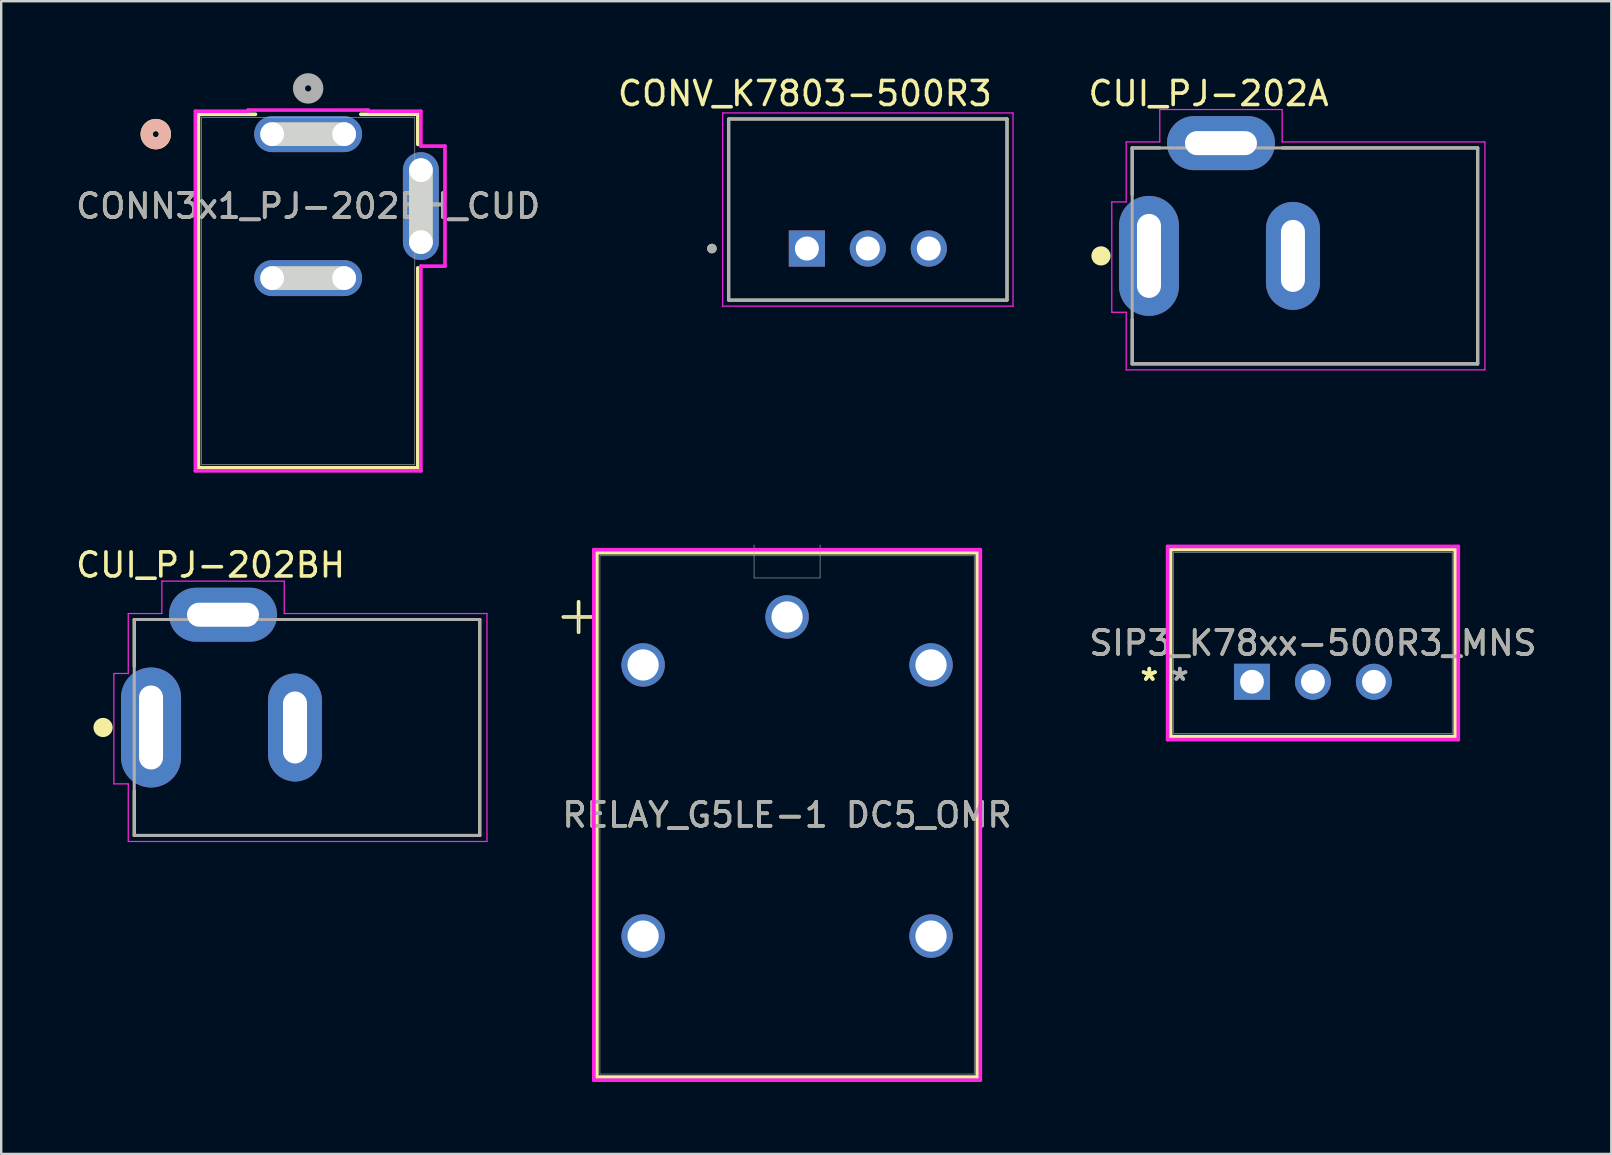
<source format=kicad_pcb>
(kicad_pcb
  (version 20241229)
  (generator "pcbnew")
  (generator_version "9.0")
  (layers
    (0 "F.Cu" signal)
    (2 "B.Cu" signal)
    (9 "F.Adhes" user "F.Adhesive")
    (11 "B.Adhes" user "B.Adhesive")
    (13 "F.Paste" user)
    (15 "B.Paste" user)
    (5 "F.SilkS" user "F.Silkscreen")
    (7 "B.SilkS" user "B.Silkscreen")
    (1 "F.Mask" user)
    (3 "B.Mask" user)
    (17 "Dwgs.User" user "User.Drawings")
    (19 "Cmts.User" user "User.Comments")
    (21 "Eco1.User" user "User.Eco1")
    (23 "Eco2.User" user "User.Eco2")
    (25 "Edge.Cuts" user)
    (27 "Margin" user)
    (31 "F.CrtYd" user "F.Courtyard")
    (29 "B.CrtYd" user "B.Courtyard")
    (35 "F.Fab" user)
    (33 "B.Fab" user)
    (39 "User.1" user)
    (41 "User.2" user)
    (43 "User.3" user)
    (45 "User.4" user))
  (footprint "CONN3x1_PJ-202BH_CUD"
    (layer "F.Cu")
    (at 9.792 9.079)
    (property "Reference" "CONN3x1_PJ-202BH_CUD" (at 0 -3.539 0) (unlocked yes) (layer "F.SilkS") (effects (font (size 1 1) (thickness 0.15))))
    (attr through_hole)
    (fp_line (start -4.572 -7.366) (end -4.572 7.366) (stroke (width 0.152) (type solid)) (layer "F.SilkS"))
    (fp_line (start -4.572 7.366) (end 4.572 7.366) (stroke (width 0.152) (type solid)) (layer "F.SilkS"))
    (fp_line (start -2.196 -7.366) (end -4.572 -7.366) (stroke (width 0.152) (type solid)) (layer "F.SilkS"))
    (fp_line (start 4.572 -7.366) (end 2.196 -7.366) (stroke (width 0.152) (type solid)) (layer "F.SilkS"))
    (fp_line (start 4.572 -6.112) (end 4.572 -7.366) (stroke (width 0.152) (type solid)) (layer "F.SilkS"))
    (fp_line (start 4.572 7.366) (end 4.572 -0.966) (stroke (width 0.152) (type solid)) (layer "F.SilkS"))
    (fp_circle (center -6.35 -6.539) (end -5.969 -6.539) (stroke (width 0.508) (type solid)) (fill no) (layer "F.SilkS"))
    (fp_circle (center -6.35 -6.539) (end -5.969 -6.539) (stroke (width 0.508) (type solid)) (fill no) (layer "B.SilkS"))
    (fp_line (start -1.499 -6.539) (end 1.499 -6.539) (stroke (width 0.991) (type solid)) (layer "Edge.Cuts"))
    (fp_line (start -1.499 -0.539) (end 1.499 -0.539) (stroke (width 0.991) (type solid)) (layer "Edge.Cuts"))
    (fp_line (start 4.7 -2.04) (end 4.7 -5.038) (stroke (width 0.991) (type solid)) (layer "Edge.Cuts"))
    (fp_line (start -4.699 -7.493) (end -4.699 7.493) (stroke (width 0.152) (type solid)) (layer "F.CrtYd"))
    (fp_line (start -4.699 7.493) (end 4.699 7.493) (stroke (width 0.152) (type solid)) (layer "F.CrtYd"))
    (fp_line (start -2.502 -7.542) (end -2.502 -7.493) (stroke (width 0.152) (type solid)) (layer "F.CrtYd"))
    (fp_line (start -2.502 -7.493) (end -4.699 -7.493) (stroke (width 0.152) (type solid)) (layer "F.CrtYd"))
    (fp_line (start 2.502 -7.542) (end -2.502 -7.542) (stroke (width 0.152) (type solid)) (layer "F.CrtYd"))
    (fp_line (start 2.502 -7.493) (end 2.502 -7.542) (stroke (width 0.152) (type solid)) (layer "F.CrtYd"))
    (fp_line (start 4.699 -7.493) (end 2.502 -7.493) (stroke (width 0.152) (type solid)) (layer "F.CrtYd"))
    (fp_line (start 4.699 -6.041) (end 4.699 -7.493) (stroke (width 0.152) (type solid)) (layer "F.CrtYd"))
    (fp_line (start 4.699 -1.037) (end 5.703 -1.037) (stroke (width 0.152) (type solid)) (layer "F.CrtYd"))
    (fp_line (start 4.699 7.493) (end 4.699 -1.037) (stroke (width 0.152) (type solid)) (layer "F.CrtYd"))
    (fp_line (start 5.703 -6.041) (end 4.699 -6.041) (stroke (width 0.152) (type solid)) (layer "F.CrtYd"))
    (fp_line (start 5.703 -1.037) (end 5.703 -6.041) (stroke (width 0.152) (type solid)) (layer "F.CrtYd"))
    (fp_line (start -4.445 -7.239) (end -4.445 7.239) (stroke (width 0.025) (type solid)) (layer "F.Fab"))
    (fp_line (start -4.445 7.239) (end 4.445 7.239) (stroke (width 0.025) (type solid)) (layer "F.Fab"))
    (fp_line (start 4.445 -7.239) (end -4.445 -7.239) (stroke (width 0.025) (type solid)) (layer "F.Fab"))
    (fp_line (start 4.445 7.239) (end 4.445 -7.239) (stroke (width 0.025) (type solid)) (layer "F.Fab"))
    (fp_circle (center 0 -8.444) (end 0.381 -8.444) (stroke (width 0.508) (type solid)) (fill no) (layer "F.Fab"))
    (fp_text user "${REFERENCE}" (at 0 -3.539 0) (unlocked yes) (layer "F.Fab") (effects (font (size 1 1) (thickness 0.15))))
    (pad "" np_thru_hole circle (at -1.499 -6.539) (size 0.991 0.991) (drill 0.991) (layers "*.Cu" "*.Mask"))
    (pad "" np_thru_hole circle (at -1.499 -0.539) (size 0.991 0.991) (drill 0.991) (layers "*.Cu" "*.Mask"))
    (pad "" np_thru_hole circle (at 1.499 -6.539) (size 0.991 0.991) (drill 0.991) (layers "*.Cu" "*.Mask"))
    (pad "" np_thru_hole circle (at 1.499 -0.539) (size 0.991 0.991) (drill 0.991) (layers "*.Cu" "*.Mask"))
    (pad "" np_thru_hole circle (at 4.7 -5.038) (size 0.991 0.991) (drill 0.991) (layers "*.Cu" "*.Mask"))
    (pad "" np_thru_hole circle (at 4.7 -2.04) (size 0.991 0.991) (drill 0.991) (layers "*.Cu" "*.Mask"))
    (pad "1" thru_hole oval (at 0 -6.539) (size 4.496 1.499) (drill 0.025) (layers "*.Cu" "*.Mask"))
    (pad "2" thru_hole oval (at 0 -0.539) (size 4.496 1.499) (drill 0.025) (layers "*.Cu" "*.Mask"))
    (pad "3" thru_hole oval (at 4.7 -3.539 90) (size 4.496 1.499) (drill 0.025) (layers "*.Cu" "*.Mask")))
  (footprint "RELAY_G5LE-1 DC5_OMR"
    (layer "F.Cu")
    (at 29.753 39.163)
    (property "Reference" "RELAY_G5LE-1 DC5_OMR" (at 0 -8.25 0) (unlocked yes) (layer "F.SilkS") (effects (font (size 1 1) (thickness 0.15))))
    (attr through_hole)
    (fp_line (start -9.324 -16.5) (end -8.054 -16.5) (stroke (width 0.152) (type solid)) (layer "F.SilkS"))
    (fp_line (start -8.689 -17.135) (end -8.689 -15.865) (stroke (width 0.152) (type solid)) (layer "F.SilkS"))
    (fp_line (start -7.927 -19.177) (end -7.927 2.677) (stroke (width 0.152) (type solid)) (layer "F.SilkS"))
    (fp_line (start 7.927 -19.177) (end -7.927 -19.177) (stroke (width 0.152) (type solid)) (layer "F.SilkS"))
    (fp_line (start 7.927 -19.177) (end 7.927 2.677) (stroke (width 0.152) (type solid)) (layer "F.SilkS"))
    (fp_line (start 7.927 2.677) (end -7.927 2.677) (stroke (width 0.152) (type solid)) (layer "F.SilkS"))
    (fp_line (start -8.054 -19.304) (end -8.054 2.804) (stroke (width 0.152) (type solid)) (layer "F.CrtYd"))
    (fp_line (start -8.054 2.804) (end 8.054 2.804) (stroke (width 0.152) (type solid)) (layer "F.CrtYd"))
    (fp_line (start 8.054 -19.304) (end -8.054 -19.304) (stroke (width 0.152) (type solid)) (layer "F.CrtYd"))
    (fp_line (start 8.054 2.804) (end 8.054 -19.304) (stroke (width 0.152) (type solid)) (layer "F.CrtYd"))
    (fp_line (start -9.324 -16.5) (end -8.054 -16.5) (stroke (width 0.025) (type solid)) (layer "F.Fab"))
    (fp_line (start -8.689 -16.5) (end -8.689 -15.865) (stroke (width 0.025) (type solid)) (layer "F.Fab"))
    (fp_line (start -7.8 -19.05) (end -7.8 2.55) (stroke (width 0.025) (type solid)) (layer "F.Fab"))
    (fp_line (start -1.376 -18.126) (end -1.376 -19.502) (stroke (width 0.025) (type solid)) (layer "F.Fab"))
    (fp_line (start 1.376 -19.502) (end 1.376 -18.126) (stroke (width 0.025) (type solid)) (layer "F.Fab"))
    (fp_line (start 1.376 -18.126) (end -1.376 -18.126) (stroke (width 0.025) (type solid)) (layer "F.Fab"))
    (fp_line (start 7.8 -19.05) (end -7.8 -19.05) (stroke (width 0.025) (type solid)) (layer "F.Fab"))
    (fp_line (start 7.8 -19.05) (end 7.8 2.55) (stroke (width 0.025) (type solid)) (layer "F.Fab"))
    (fp_line (start 7.8 2.55) (end -7.8 2.55) (stroke (width 0.025) (type solid)) (layer "F.Fab"))
    (fp_text user "${REFERENCE}" (at 0 -8.25 0) (unlocked yes) (layer "F.Fab") (effects (font (size 1 1) (thickness 0.15))))
    (pad "1" thru_hole circle (at 0 -16.5) (size 1.808 1.808) (drill 1.3) (layers "*.Cu" "*.Mask"))
    (pad "2" thru_hole circle (at -6 -14.5) (size 1.808 1.808) (drill 1.3) (layers "*.Cu" "*.Mask"))
    (pad "3" thru_hole circle (at -6 -3.2) (size 1.808 1.808) (drill 1.3) (layers "*.Cu" "*.Mask"))
    (pad "4" thru_hole circle (at 6 -3.2) (size 1.808 1.808) (drill 1.3) (layers "*.Cu" "*.Mask"))
    (pad "5" thru_hole circle (at 6 -14.5) (size 1.808 1.808) (drill 1.3) (layers "*.Cu" "*.Mask")))
  (footprint "CUI_PJ-202BH"
    (layer "F.Cu")
    (at 9.745 27.269)
    (property "Reference" "CUI_PJ-202BH" (at -4.019 -6.772 0) (layer "F.SilkS") (effects (font (size 1.001 1.001) (thickness 0.15))))
    (attr through_hole)
    (fp_line (start -7.2 -4.5) (end -6.05 -4.5) (stroke (width 0.127) (type solid)) (layer "F.SilkS"))
    (fp_line (start -7.2 -2.55) (end -7.2 -4.5) (stroke (width 0.127) (type solid)) (layer "F.SilkS"))
    (fp_line (start -7.2 4.5) (end -7.2 2.65) (stroke (width 0.127) (type solid)) (layer "F.SilkS"))
    (fp_line (start -0.95 -4.5) (end 7.2 -4.5) (stroke (width 0.127) (type solid)) (layer "F.SilkS"))
    (fp_line (start 7.2 -4.5) (end 7.2 4.5) (stroke (width 0.127) (type solid)) (layer "F.SilkS"))
    (fp_line (start 7.2 4.5) (end -7.2 4.5) (stroke (width 0.127) (type solid)) (layer "F.SilkS"))
    (fp_circle (center -8.5 0) (end -8.3 0) (stroke (width 0.4) (type solid)) (fill no) (layer "F.SilkS"))
    (fp_line (start -8.05 -2.25) (end -8.05 2.35) (stroke (width 0.05) (type solid)) (layer "F.CrtYd"))
    (fp_line (start -8.05 2.35) (end -7.45 2.35) (stroke (width 0.05) (type solid)) (layer "F.CrtYd"))
    (fp_line (start -7.45 -4.75) (end -6.05 -4.75) (stroke (width 0.05) (type solid)) (layer "F.CrtYd"))
    (fp_line (start -7.45 -2.25) (end -8.05 -2.25) (stroke (width 0.05) (type solid)) (layer "F.CrtYd"))
    (fp_line (start -7.45 -2.25) (end -7.45 -4.75) (stroke (width 0.05) (type solid)) (layer "F.CrtYd"))
    (fp_line (start -7.45 4.75) (end -7.45 2.35) (stroke (width 0.05) (type solid)) (layer "F.CrtYd"))
    (fp_line (start -6.05 -6.1) (end -0.95 -6.1) (stroke (width 0.05) (type solid)) (layer "F.CrtYd"))
    (fp_line (start -6.05 -4.75) (end -6.05 -6.1) (stroke (width 0.05) (type solid)) (layer "F.CrtYd"))
    (fp_line (start -0.95 -6.1) (end -0.95 -4.75) (stroke (width 0.05) (type solid)) (layer "F.CrtYd"))
    (fp_line (start -0.95 -4.75) (end 7.5 -4.75) (stroke (width 0.05) (type solid)) (layer "F.CrtYd"))
    (fp_line (start 7.5 -4.75) (end 7.5 4.75) (stroke (width 0.05) (type solid)) (layer "F.CrtYd"))
    (fp_line (start 7.5 4.75) (end -7.45 4.75) (stroke (width 0.05) (type solid)) (layer "F.CrtYd"))
    (fp_line (start -7.2 -4.5) (end 7.2 -4.5) (stroke (width 0.127) (type solid)) (layer "F.Fab"))
    (fp_line (start -7.2 4.5) (end -7.2 -4.5) (stroke (width 0.127) (type solid)) (layer "F.Fab"))
    (fp_line (start 7.2 -4.5) (end 7.2 4.5) (stroke (width 0.127) (type solid)) (layer "F.Fab"))
    (fp_line (start 7.2 4.5) (end -7.2 4.5) (stroke (width 0.127) (type solid)) (layer "F.Fab"))
    (pad "1" thru_hole oval (at -6.5 0) (size 2.5 5) (drill oval 1 3.5) (layers "*.Cu" "*.Mask"))
    (pad "2" thru_hole oval (at -0.5 0) (size 2.25 4.5) (drill oval 1 3) (layers "*.Cu" "*.Mask"))
    (pad "3" thru_hole oval (at -3.5 -4.7) (size 4.5 2.25) (drill oval 3 1) (layers "*.Cu" "*.Mask")))
  (footprint "CUI_PJ-202A"
    (layer "F.Cu")
    (at 51.336 7.615)
    (property "Reference" "CUI_PJ-202A" (at -4.016 -6.766 0) (layer "F.SilkS") (effects (font (size 1 1) (thickness 0.15))))
    (attr through_hole)
    (fp_line (start -7.2 -4.5) (end -6.05 -4.5) (stroke (width 0.127) (type solid)) (layer "F.SilkS"))
    (fp_line (start -7.2 -2.55) (end -7.2 -4.5) (stroke (width 0.127) (type solid)) (layer "F.SilkS"))
    (fp_line (start -7.2 4.5) (end -7.2 2.65) (stroke (width 0.127) (type solid)) (layer "F.SilkS"))
    (fp_line (start -0.95 -4.5) (end 7.2 -4.5) (stroke (width 0.127) (type solid)) (layer "F.SilkS"))
    (fp_line (start 7.2 -4.5) (end 7.2 4.5) (stroke (width 0.127) (type solid)) (layer "F.SilkS"))
    (fp_line (start 7.2 4.5) (end -7.2 4.5) (stroke (width 0.127) (type solid)) (layer "F.SilkS"))
    (fp_circle (center -8.5 0) (end -8.3 0) (stroke (width 0.4) (type solid)) (fill no) (layer "F.SilkS"))
    (fp_line (start -8.05 -2.25) (end -8.05 2.35) (stroke (width 0.05) (type solid)) (layer "F.CrtYd"))
    (fp_line (start -8.05 2.35) (end -7.45 2.35) (stroke (width 0.05) (type solid)) (layer "F.CrtYd"))
    (fp_line (start -7.45 -4.75) (end -6.05 -4.75) (stroke (width 0.05) (type solid)) (layer "F.CrtYd"))
    (fp_line (start -7.45 -2.25) (end -8.05 -2.25) (stroke (width 0.05) (type solid)) (layer "F.CrtYd"))
    (fp_line (start -7.45 -2.25) (end -7.45 -4.75) (stroke (width 0.05) (type solid)) (layer "F.CrtYd"))
    (fp_line (start -7.45 4.75) (end -7.45 2.35) (stroke (width 0.05) (type solid)) (layer "F.CrtYd"))
    (fp_line (start -6.05 -6.1) (end -0.95 -6.1) (stroke (width 0.05) (type solid)) (layer "F.CrtYd"))
    (fp_line (start -6.05 -4.75) (end -6.05 -6.1) (stroke (width 0.05) (type solid)) (layer "F.CrtYd"))
    (fp_line (start -0.95 -6.1) (end -0.95 -4.75) (stroke (width 0.05) (type solid)) (layer "F.CrtYd"))
    (fp_line (start -0.95 -4.75) (end 7.5 -4.75) (stroke (width 0.05) (type solid)) (layer "F.CrtYd"))
    (fp_line (start 7.5 -4.75) (end 7.5 4.75) (stroke (width 0.05) (type solid)) (layer "F.CrtYd"))
    (fp_line (start 7.5 4.75) (end -7.45 4.75) (stroke (width 0.05) (type solid)) (layer "F.CrtYd"))
    (fp_line (start -7.2 -4.5) (end 7.2 -4.5) (stroke (width 0.127) (type solid)) (layer "F.Fab"))
    (fp_line (start -7.2 4.5) (end -7.2 -4.5) (stroke (width 0.127) (type solid)) (layer "F.Fab"))
    (fp_line (start 7.2 -4.5) (end 7.2 4.5) (stroke (width 0.127) (type solid)) (layer "F.Fab"))
    (fp_line (start 7.2 4.5) (end -7.2 4.5) (stroke (width 0.127) (type solid)) (layer "F.Fab"))
    (pad "1" thru_hole oval (at -6.5 0) (size 2.5 5) (drill oval 1 3.5) (layers "*.Cu" "*.Mask"))
    (pad "2" thru_hole oval (at -0.5 0) (size 2.25 4.5) (drill oval 1 3) (layers "*.Cu" "*.Mask"))
    (pad "3" thru_hole oval (at -3.5 -4.7) (size 4.5 2.25) (drill oval 3 1) (layers "*.Cu" "*.Mask")))
  (footprint "SIP3_K78xx-500R3_MNS"
    (layer "F.Cu")
    (at 49.129 25.363)
    (property "Reference" "SIP3_K78xx-500R3_MNS" (at 2.54 -1.613 0) (unlocked yes) (layer "F.SilkS") (effects (font (size 1 1) (thickness 0.15))))
    (attr through_hole)
    (fp_line (start -3.391 -5.512) (end -3.391 2.286) (stroke (width 0.152) (type solid)) (layer "F.SilkS"))
    (fp_line (start -3.391 2.286) (end 8.471 2.286) (stroke (width 0.152) (type solid)) (layer "F.SilkS"))
    (fp_line (start 8.471 -5.512) (end -3.391 -5.512) (stroke (width 0.152) (type solid)) (layer "F.SilkS"))
    (fp_line (start 8.471 2.286) (end 8.471 -5.512) (stroke (width 0.152) (type solid)) (layer "F.SilkS"))
    (fp_line (start -3.518 -5.639) (end 8.598 -5.639) (stroke (width 0.152) (type solid)) (layer "F.CrtYd"))
    (fp_line (start -3.518 2.413) (end -3.518 -5.639) (stroke (width 0.152) (type solid)) (layer "F.CrtYd"))
    (fp_line (start 8.598 -5.639) (end 8.598 2.413) (stroke (width 0.152) (type solid)) (layer "F.CrtYd"))
    (fp_line (start 8.598 2.413) (end -3.518 2.413) (stroke (width 0.152) (type solid)) (layer "F.CrtYd"))
    (fp_line (start -3.264 -5.385) (end -3.264 2.159) (stroke (width 0.025) (type solid)) (layer "F.Fab"))
    (fp_line (start -3.264 2.159) (end 8.344 2.159) (stroke (width 0.025) (type solid)) (layer "F.Fab"))
    (fp_line (start 8.344 -5.385) (end -3.264 -5.385) (stroke (width 0.025) (type solid)) (layer "F.Fab"))
    (fp_line (start 8.344 2.159) (end 8.344 -5.385) (stroke (width 0.025) (type solid)) (layer "F.Fab"))
    (fp_text user "*" (at -4.28 0 0) (layer "F.SilkS") (effects (font (size 1 1) (thickness 0.15))))
    (fp_text user "*" (at -4.28 0 0) (unlocked yes) (layer "F.SilkS") (effects (font (size 1 1) (thickness 0.15))))
    (fp_text user "*" (at -3.01 0 0) (unlocked yes) (layer "F.Fab") (effects (font (size 1 1) (thickness 0.15))))
    (fp_text user "${REFERENCE}" (at 2.54 -1.613 0) (unlocked yes) (layer "F.Fab") (effects (font (size 1 1) (thickness 0.15))))
    (fp_text user "*" (at -3.01 0 0) (layer "F.Fab") (effects (font (size 1 1) (thickness 0.15))))
    (pad "1" thru_hole rect (at 0 0) (size 1.499 1.499) (drill 0.991) (layers "*.Cu" "*.Mask"))
    (pad "2" thru_hole circle (at 2.54 0) (size 1.499 1.499) (drill 0.991) (layers "*.Cu" "*.Mask"))
    (pad "3" thru_hole circle (at 5.08 0) (size 1.499 1.499) (drill 0.991) (layers "*.Cu" "*.Mask")))
  (footprint "CONV_K7803-500R3"
    (layer "F.Cu")
    (at 33.119 5.683)
    (property "Reference" "CONV_K7803-500R3" (at -2.625 -4.835 0) (layer "F.SilkS") (effects (font (size 1 1) (thickness 0.15))))
    (attr through_hole)
    (fp_line (start -5.8 -3.775) (end 5.8 -3.775) (stroke (width 0.127) (type solid)) (layer "F.SilkS"))
    (fp_line (start -5.8 3.775) (end -5.8 -3.775) (stroke (width 0.127) (type solid)) (layer "F.SilkS"))
    (fp_line (start 5.8 -3.775) (end 5.8 3.775) (stroke (width 0.127) (type solid)) (layer "F.SilkS"))
    (fp_line (start 5.8 3.775) (end -5.8 3.775) (stroke (width 0.127) (type solid)) (layer "F.SilkS"))
    (fp_circle (center -6.5 1.625) (end -6.4 1.625) (stroke (width 0.2) (type solid)) (fill no) (layer "F.SilkS"))
    (fp_line (start -6.05 -4.025) (end 6.05 -4.025) (stroke (width 0.05) (type solid)) (layer "F.CrtYd"))
    (fp_line (start -6.05 4.025) (end -6.05 -4.025) (stroke (width 0.05) (type solid)) (layer "F.CrtYd"))
    (fp_line (start 6.05 -4.025) (end 6.05 4.025) (stroke (width 0.05) (type solid)) (layer "F.CrtYd"))
    (fp_line (start 6.05 4.025) (end -6.05 4.025) (stroke (width 0.05) (type solid)) (layer "F.CrtYd"))
    (fp_line (start -5.8 -3.775) (end -5.8 3.775) (stroke (width 0.127) (type solid)) (layer "F.Fab"))
    (fp_line (start -5.8 -3.775) (end 5.8 -3.775) (stroke (width 0.127) (type solid)) (layer "F.Fab"))
    (fp_line (start -5.8 3.775) (end 5.8 3.775) (stroke (width 0.127) (type solid)) (layer "F.Fab"))
    (fp_line (start 5.8 3.775) (end 5.8 -3.775) (stroke (width 0.127) (type solid)) (layer "F.Fab"))
    (fp_circle (center -6.5 1.625) (end -6.4 1.625) (stroke (width 0.2) (type solid)) (fill no) (layer "F.Fab"))
    (pad "1" thru_hole rect (at -2.54 1.625) (size 1.508 1.508) (drill 1) (layers "*.Cu" "*.Mask"))
    (pad "2" thru_hole circle (at 0 1.625) (size 1.508 1.508) (drill 1) (layers "*.Cu" "*.Mask"))
    (pad "3" thru_hole circle (at 2.54 1.625) (size 1.508 1.508) (drill 1) (layers "*.Cu" "*.Mask")))
  (gr_rect
    (start -3 -3)
    (end 64.104 45.043)
    (stroke (width 0.1) (type default))
    (fill no)
    (layer "Edge.Cuts")))
</source>
